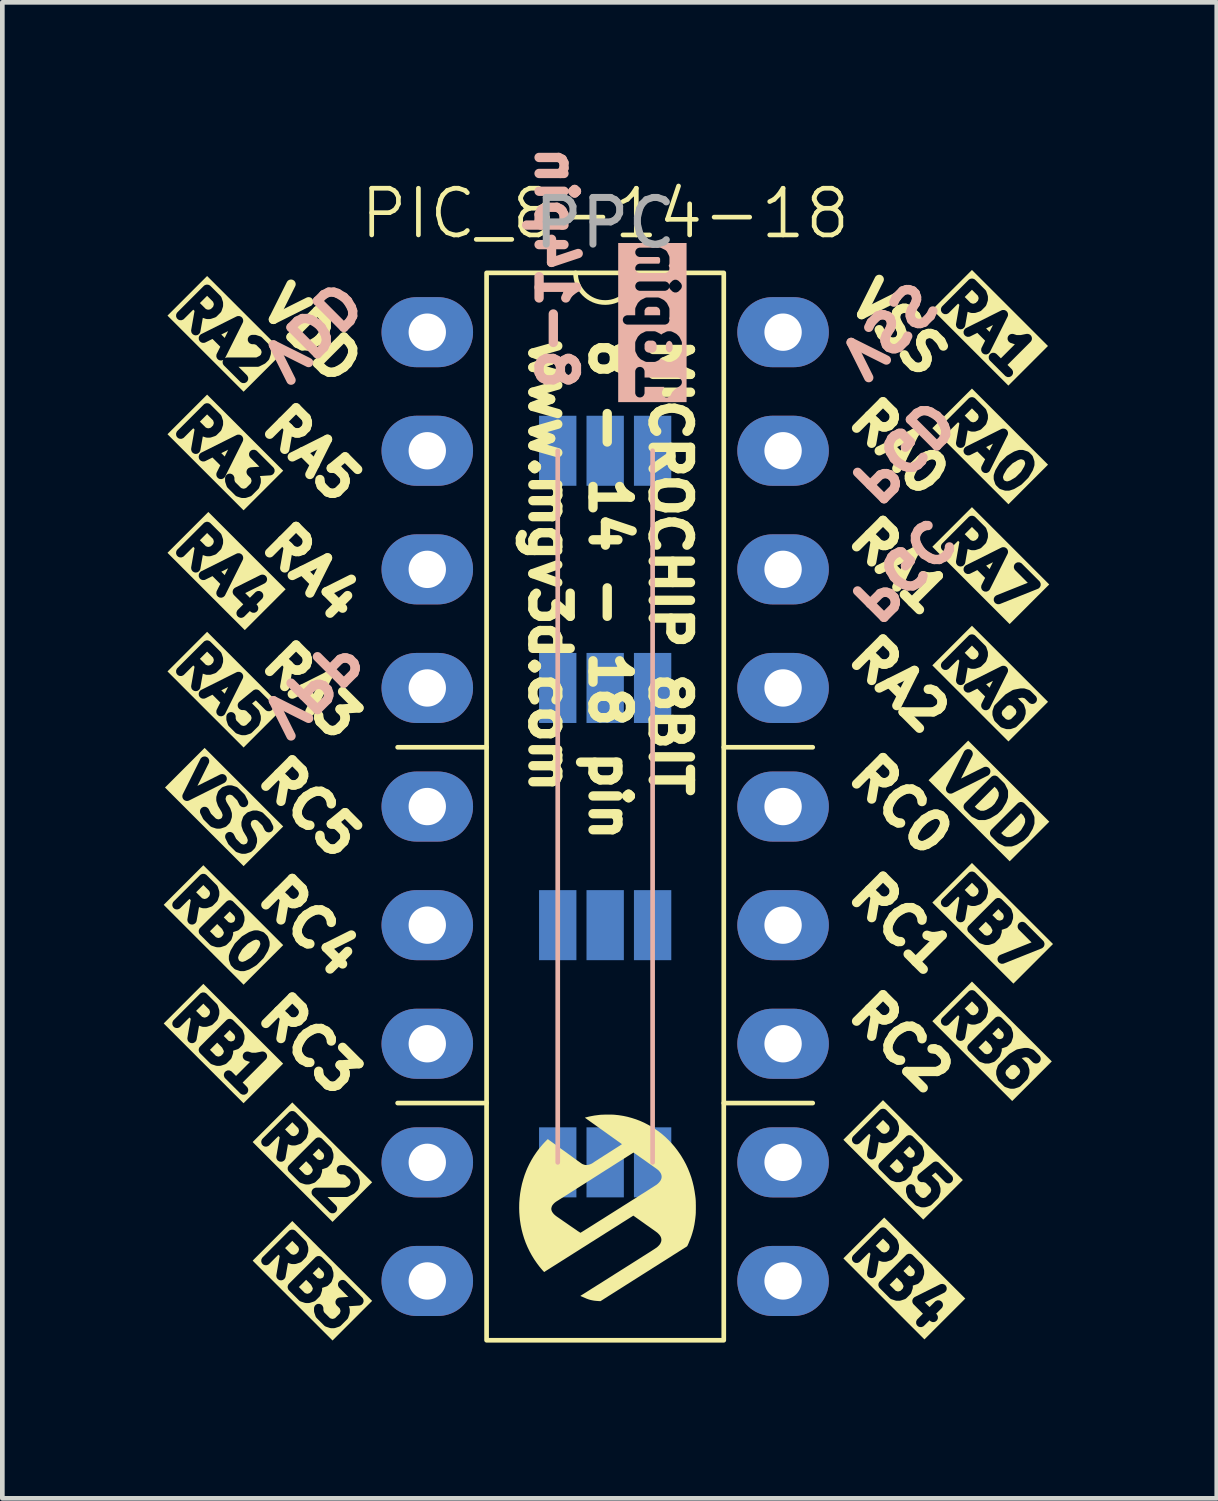
<source format=kicad_pcb>
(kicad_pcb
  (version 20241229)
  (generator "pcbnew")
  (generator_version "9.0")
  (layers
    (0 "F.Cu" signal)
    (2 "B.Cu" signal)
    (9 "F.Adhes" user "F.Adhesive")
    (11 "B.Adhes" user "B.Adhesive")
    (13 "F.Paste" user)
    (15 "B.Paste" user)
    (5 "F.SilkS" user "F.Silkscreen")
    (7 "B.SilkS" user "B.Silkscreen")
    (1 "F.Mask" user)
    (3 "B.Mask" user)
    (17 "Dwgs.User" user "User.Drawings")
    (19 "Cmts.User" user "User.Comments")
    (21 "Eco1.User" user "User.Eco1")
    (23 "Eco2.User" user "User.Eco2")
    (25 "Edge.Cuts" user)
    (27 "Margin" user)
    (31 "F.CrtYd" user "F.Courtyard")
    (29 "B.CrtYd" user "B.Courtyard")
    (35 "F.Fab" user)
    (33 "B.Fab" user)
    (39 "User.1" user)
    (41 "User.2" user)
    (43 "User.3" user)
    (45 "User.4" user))
  (footprint "PIC_8-14-18"
    (layer "F.Cu")
    (at 9.911 14.224)
    (property "Reference" "PIC_8-14-18" (at 0 -12.7 0) (unlocked yes) (layer "F.SilkS") (effects (font (size 1 1) (thickness 0.1))))
    (attr smd)
    (fp_line (start -2.54 -1.27) (end -4.445 -1.27) (stroke (width 0.1) (type default)) (layer "F.SilkS"))
    (fp_line (start -2.54 6.35) (end -4.445 6.35) (stroke (width 0.1) (type default)) (layer "F.SilkS"))
    (fp_line (start 2.54 -1.27) (end 4.445 -1.27) (stroke (width 0.1) (type default)) (layer "F.SilkS"))
    (fp_line (start 2.54 6.35) (end 4.445 6.35) (stroke (width 0.1) (type default)) (layer "F.SilkS"))
    (fp_rect (start -2.54 -11.43) (end 2.54 11.43) (stroke (width 0.1) (type default)) (fill no) (layer "F.SilkS"))
    (fp_arc (start 0.635 -11.43) (mid 0 -10.795) (end -0.635 -11.43) (stroke (width 0.1) (type default)) (layer "F.SilkS"))
    (fp_poly (pts (xy 1.942 8.636) (xy 1.941 8.66) (xy 1.941 8.68) (xy 1.941 8.699) (xy 1.94 8.716) (xy 1.939 8.732) (xy 1.938 8.749) (xy 1.936 8.766) (xy 1.934 8.784) (xy 1.932 8.805) (xy 1.931 8.813) (xy 1.927 8.846) (xy 1.922 8.882) (xy 1.916 8.92) (xy 1.91 8.958) (xy 1.902 8.994) (xy 1.895 9.029) (xy 1.888 9.059) (xy 1.887 9.062) (xy 1.883 9.076) (xy 1.878 9.094) (xy 1.872 9.115) (xy 1.866 9.137) (xy 1.859 9.158) (xy 1.853 9.179) (xy 1.847 9.196) (xy 1.844 9.204) (xy 1.839 9.22) (xy 1.832 9.238) (xy 1.825 9.258) (xy 1.816 9.278) (xy 1.808 9.299) (xy 1.799 9.32) (xy 1.791 9.341) (xy 1.783 9.36) (xy 1.775 9.377) (xy 1.768 9.392) (xy 1.763 9.404) (xy 1.758 9.412) (xy 1.755 9.417) (xy 1.755 9.417) (xy 1.752 9.419) (xy 1.746 9.424) (xy 1.736 9.43) (xy 1.724 9.438) (xy 1.709 9.447) (xy 1.693 9.457) (xy 1.689 9.46) (xy 1.678 9.467) (xy 1.666 9.475) (xy 1.653 9.482) (xy 1.64 9.491) (xy 1.625 9.5) (xy 1.61 9.51) (xy 1.592 9.521) (xy 1.573 9.533) (xy 1.552 9.547) (xy 1.528 9.562) (xy 1.502 9.578) (xy 1.473 9.596) (xy 1.442 9.616) (xy 1.407 9.639) (xy 1.368 9.663) (xy 1.326 9.69) (xy 1.28 9.719) (xy 1.251 9.737) (xy 1.223 9.755) (xy 1.194 9.773) (xy 1.166 9.791) (xy 1.14 9.808) (xy 1.114 9.824) (xy 1.091 9.839) (xy 1.07 9.852) (xy 1.051 9.863) (xy 1.037 9.873) (xy 1.025 9.88) (xy 1.023 9.881) (xy 1.009 9.89) (xy 0.992 9.901) (xy 0.972 9.914) (xy 0.95 9.928) (xy 0.928 9.942) (xy 0.905 9.956) (xy 0.883 9.97) (xy 0.883 9.97) (xy 0.839 9.998) (xy 0.799 10.023) (xy 0.763 10.046) (xy 0.73 10.067) (xy 0.7 10.086) (xy 0.673 10.103) (xy 0.648 10.119) (xy 0.625 10.134) (xy 0.603 10.147) (xy 0.583 10.16) (xy 0.564 10.172) (xy 0.546 10.184) (xy 0.528 10.195) (xy 0.509 10.207) (xy 0.491 10.219) (xy 0.476 10.228) (xy 0.453 10.242) (xy 0.43 10.257) (xy 0.408 10.271) (xy 0.386 10.285) (xy 0.367 10.297) (xy 0.349 10.308) (xy 0.335 10.317) (xy 0.325 10.324) (xy 0.309 10.334) (xy 0.291 10.345) (xy 0.273 10.356) (xy 0.258 10.366) (xy 0.249 10.372) (xy 0.233 10.382) (xy 0.215 10.393) (xy 0.195 10.406) (xy 0.172 10.42) (xy 0.149 10.435) (xy 0.125 10.45) (xy 0.1 10.466) (xy 0.075 10.481) (xy 0.051 10.497) (xy 0.028 10.512) (xy 0.005 10.526) (xy -0.016 10.539) (xy -0.034 10.551) (xy -0.05 10.561) (xy -0.064 10.57) (xy -0.074 10.576) (xy -0.08 10.58) (xy -0.081 10.581) (xy -0.099 10.593) (xy -0.138 10.591) (xy -0.19 10.587) (xy -0.238 10.582) (xy -0.282 10.574) (xy -0.322 10.565) (xy -0.331 10.562) (xy -0.346 10.558) (xy -0.36 10.553) (xy -0.376 10.547) (xy -0.394 10.541) (xy -0.414 10.532) (xy -0.437 10.522) (xy -0.464 10.511) (xy -0.464 10.51) (xy -0.481 10.503) (xy -0.496 10.497) (xy -0.509 10.491) (xy -0.52 10.486) (xy -0.527 10.484) (xy -0.531 10.482) (xy -0.53 10.481) (xy -0.526 10.477) (xy -0.518 10.471) (xy -0.507 10.464) (xy -0.5 10.46) (xy -0.492 10.455) (xy -0.483 10.449) (xy -0.471 10.442) (xy -0.457 10.433) (xy -0.441 10.423) (xy -0.422 10.411) (xy -0.401 10.398) (xy -0.378 10.383) (xy -0.351 10.366) (xy -0.322 10.348) (xy -0.29 10.327) (xy -0.254 10.305) (xy -0.216 10.281) (xy -0.174 10.254) (xy -0.128 10.226) (xy -0.079 10.195) (xy -0.026 10.161) (xy 0.03 10.126) (xy 0.091 10.087) (xy 0.155 10.047) (xy 0.198 10.019) (xy 0.273 9.972) (xy 0.344 9.927) (xy 0.411 9.885) (xy 0.474 9.845) (xy 0.533 9.808) (xy 0.588 9.773) (xy 0.64 9.74) (xy 0.688 9.71) (xy 0.733 9.681) (xy 0.775 9.655) (xy 0.813 9.63) (xy 0.849 9.608) (xy 0.882 9.587) (xy 0.912 9.568) (xy 0.939 9.551) (xy 0.964 9.535) (xy 0.986 9.521) (xy 1.006 9.508) (xy 1.024 9.496) (xy 1.04 9.486) (xy 1.054 9.477) (xy 1.066 9.469) (xy 1.076 9.462) (xy 1.085 9.456) (xy 1.092 9.452) (xy 1.098 9.447) (xy 1.103 9.444) (xy 1.106 9.442) (xy 1.107 9.441) (xy 1.122 9.428) (xy 1.136 9.415) (xy 1.15 9.4) (xy 1.162 9.387) (xy 1.168 9.379) (xy 1.179 9.363) (xy 1.188 9.344) (xy 1.196 9.325) (xy 1.201 9.308) (xy 1.201 9.308) (xy 1.204 9.282) (xy 1.202 9.257) (xy 1.196 9.231) (xy 1.184 9.205) (xy 1.168 9.18) (xy 1.147 9.156) (xy 1.123 9.133) (xy 1.117 9.127) (xy 1.106 9.119) (xy 1.093 9.109) (xy 1.078 9.098) (xy 1.061 9.086) (xy 1.044 9.073) (xy 1.036 9.068) (xy 0.998 9.041) (xy 0.96 9.014) (xy 0.919 8.985) (xy 0.877 8.956) (xy 0.833 8.924) (xy 0.786 8.891) (xy 0.736 8.855) (xy 0.682 8.817) (xy 0.603 8.761) (xy 0.423 8.875) (xy 0.392 8.894) (xy 0.36 8.914) (xy 0.328 8.935) (xy 0.295 8.956) (xy 0.264 8.976) (xy 0.233 8.995) (xy 0.204 9.013) (xy 0.178 9.03) (xy 0.155 9.044) (xy 0.136 9.056) (xy 0.113 9.071) (xy 0.086 9.088) (xy 0.056 9.107) (xy 0.025 9.126) (xy -0.006 9.146) (xy -0.037 9.166) (xy -0.067 9.185) (xy -0.095 9.202) (xy -0.096 9.203) (xy -0.124 9.221) (xy -0.155 9.241) (xy -0.188 9.261) (xy -0.222 9.283) (xy -0.255 9.304) (xy -0.288 9.324) (xy -0.318 9.343) (xy -0.343 9.359) (xy -0.367 9.375) (xy -0.395 9.392) (xy -0.426 9.412) (xy -0.458 9.432) (xy -0.492 9.453) (xy -0.525 9.474) (xy -0.558 9.495) (xy -0.589 9.515) (xy -0.612 9.529) (xy -0.64 9.547) (xy -0.669 9.565) (xy -0.698 9.584) (xy -0.727 9.602) (xy -0.755 9.62) (xy -0.782 9.637) (xy -0.806 9.652) (xy -0.827 9.665) (xy -0.845 9.677) (xy -0.846 9.677) (xy -0.869 9.692) (xy -0.894 9.708) (xy -0.922 9.725) (xy -0.95 9.743) (xy -0.978 9.761) (xy -1.004 9.777) (xy -1.022 9.789) (xy -1.046 9.804) (xy -1.073 9.821) (xy -1.102 9.839) (xy -1.132 9.858) (xy -1.161 9.876) (xy -1.187 9.893) (xy -1.205 9.904) (xy -1.225 9.917) (xy -1.243 9.928) (xy -1.26 9.939) (xy -1.274 9.948) (xy -1.286 9.956) (xy -1.295 9.962) (xy -1.3 9.965) (xy -1.301 9.966) (xy -1.305 9.969) (xy -1.307 9.969) (xy -1.309 9.968) (xy -1.314 9.962) (xy -1.321 9.954) (xy -1.33 9.944) (xy -1.341 9.933) (xy -1.352 9.92) (xy -1.364 9.906) (xy -1.375 9.893) (xy -1.386 9.88) (xy -1.395 9.868) (xy -1.402 9.861) (xy -1.463 9.78) (xy -1.52 9.697) (xy -1.572 9.612) (xy -1.62 9.524) (xy -1.663 9.435) (xy -1.702 9.343) (xy -1.736 9.249) (xy -1.765 9.154) (xy -1.79 9.057) (xy -1.81 8.958) (xy -1.825 8.858) (xy -1.826 8.853) (xy -1.834 8.771) (xy -1.84 8.687) (xy -1.842 8.603) (xy -1.841 8.52) (xy -1.84 8.481) (xy -1.832 8.38) (xy -1.82 8.28) (xy -1.803 8.181) (xy -1.782 8.083) (xy -1.755 7.986) (xy -1.725 7.891) (xy -1.69 7.799) (xy -1.667 7.744) (xy -1.625 7.656) (xy -1.579 7.57) (xy -1.529 7.487) (xy -1.474 7.406) (xy -1.446 7.367) (xy -1.411 7.321) (xy -1.373 7.276) (xy -1.335 7.231) (xy -1.296 7.189) (xy -1.258 7.15) (xy -1.245 7.138) (xy -1.228 7.122) (xy -1.209 7.137) (xy -1.2 7.143) (xy -1.188 7.152) (xy -1.174 7.162) (xy -1.16 7.172) (xy -1.152 7.178) (xy -1.139 7.188) (xy -1.123 7.199) (xy -1.105 7.212) (xy -1.087 7.225) (xy -1.069 7.238) (xy -1.065 7.241) (xy -1.023 7.272) (xy -0.984 7.3) (xy -0.95 7.325) (xy -0.919 7.347) (xy -0.891 7.367) (xy -0.866 7.385) (xy -0.844 7.401) (xy -0.824 7.415) (xy -0.807 7.428) (xy -0.792 7.439) (xy -0.779 7.448) (xy -0.768 7.456) (xy -0.759 7.463) (xy -0.75 7.469) (xy -0.743 7.474) (xy -0.737 7.478) (xy -0.724 7.488) (xy -0.708 7.5) (xy -0.69 7.513) (xy -0.672 7.526) (xy -0.655 7.538) (xy -0.651 7.541) (xy -0.621 7.563) (xy -0.595 7.582) (xy -0.572 7.598) (xy -0.552 7.612) (xy -0.536 7.624) (xy -0.523 7.633) (xy -0.512 7.641) (xy -0.503 7.647) (xy -0.497 7.651) (xy -0.493 7.654) (xy -0.492 7.654) (xy -0.479 7.66) (xy -0.462 7.666) (xy -0.445 7.672) (xy -0.427 7.675) (xy -0.424 7.676) (xy -0.399 7.678) (xy -0.373 7.675) (xy -0.345 7.669) (xy -0.317 7.66) (xy -0.289 7.647) (xy -0.263 7.632) (xy -0.252 7.624) (xy -0.249 7.622) (xy -0.245 7.619) (xy -0.239 7.615) (xy -0.232 7.61) (xy -0.223 7.604) (xy -0.212 7.597) (xy -0.199 7.589) (xy -0.184 7.579) (xy -0.166 7.568) (xy -0.146 7.555) (xy -0.124 7.54) (xy -0.098 7.524) (xy -0.069 7.506) (xy -0.038 7.485) (xy -0.003 7.463) (xy 0.036 7.439) (xy 0.077 7.412) (xy 0.123 7.383) (xy 0.173 7.351) (xy 0.226 7.317) (xy 0.258 7.297) (xy 0.278 7.284) (xy 0.297 7.272) (xy 0.315 7.261) (xy 0.329 7.251) (xy 0.342 7.243) (xy 0.351 7.237) (xy 0.357 7.232) (xy 0.359 7.231) (xy 0.359 7.231) (xy 0.356 7.229) (xy 0.351 7.224) (xy 0.342 7.218) (xy 0.331 7.21) (xy 0.318 7.201) (xy 0.314 7.198) (xy 0.298 7.186) (xy 0.279 7.173) (xy 0.259 7.159) (xy 0.24 7.145) (xy 0.223 7.132) (xy 0.222 7.132) (xy 0.214 7.126) (xy 0.202 7.118) (xy 0.187 7.107) (xy 0.168 7.094) (xy 0.148 7.079) (xy 0.125 7.063) (xy 0.1 7.045) (xy 0.073 7.026) (xy 0.044 7.005) (xy 0.015 6.984) (xy -0.016 6.962) (xy -0.047 6.94) (xy -0.079 6.917) (xy -0.111 6.894) (xy -0.143 6.871) (xy -0.175 6.849) (xy -0.206 6.827) (xy -0.236 6.805) (xy -0.265 6.785) (xy -0.293 6.765) (xy -0.318 6.747) (xy -0.342 6.73) (xy -0.364 6.714) (xy -0.383 6.701) (xy -0.399 6.689) (xy -0.412 6.68) (xy -0.422 6.673) (xy -0.428 6.668) (xy -0.431 6.667) (xy -0.433 6.665) (xy -0.433 6.663) (xy -0.431 6.662) (xy -0.426 6.66) (xy -0.417 6.658) (xy -0.407 6.655) (xy -0.347 6.64) (xy -0.288 6.628) (xy -0.228 6.617) (xy -0.166 6.609) (xy -0.11 6.602) (xy -0.092 6.601) (xy -0.07 6.6) (xy -0.045 6.599) (xy -0.017 6.598) (xy 0.012 6.597) (xy 0.043 6.597) (xy 0.073 6.597) (xy 0.103 6.597) (xy 0.131 6.597) (xy 0.156 6.598) (xy 0.178 6.599) (xy 0.196 6.6) (xy 0.292 6.61) (xy 0.387 6.625) (xy 0.48 6.645) (xy 0.571 6.67) (xy 0.605 6.681) (xy 0.605 7.412) (xy 0.604 7.412) (xy 0.601 7.414) (xy 0.593 7.419) (xy 0.583 7.425) (xy 0.571 7.433) (xy 0.556 7.442) (xy 0.542 7.451) (xy 0.525 7.462) (xy 0.505 7.475) (xy 0.482 7.489) (xy 0.457 7.505) (xy 0.431 7.522) (xy 0.403 7.539) (xy 0.374 7.558) (xy 0.345 7.576) (xy 0.315 7.595) (xy 0.285 7.614) (xy 0.256 7.632) (xy 0.228 7.65) (xy 0.202 7.667) (xy 0.176 7.683) (xy 0.153 7.698) (xy 0.133 7.711) (xy 0.115 7.722) (xy 0.1 7.732) (xy 0.089 7.739) (xy 0.082 7.743) (xy 0.074 7.748) (xy 0.062 7.756) (xy 0.046 7.766) (xy 0.028 7.777) (xy 0.007 7.79) (xy -0.016 7.805) (xy -0.041 7.821) (xy -0.067 7.837) (xy -0.093 7.854) (xy -0.119 7.871) (xy -0.149 7.89) (xy -0.181 7.91) (xy -0.214 7.931) (xy -0.247 7.952) (xy -0.28 7.973) (xy -0.311 7.993) (xy -0.341 8.012) (xy -0.368 8.029) (xy -0.392 8.044) (xy -0.4 8.049) (xy -0.426 8.066) (xy -0.456 8.085) (xy -0.488 8.105) (xy -0.521 8.126) (xy -0.554 8.147) (xy -0.586 8.167) (xy -0.616 8.186) (xy -0.639 8.201) (xy -0.664 8.217) (xy -0.691 8.234) (xy -0.718 8.251) (xy -0.745 8.268) (xy -0.77 8.284) (xy -0.794 8.299) (xy -0.815 8.313) (xy -0.833 8.324) (xy -0.836 8.326) (xy -0.856 8.338) (xy -0.877 8.352) (xy -0.898 8.365) (xy -0.918 8.378) (xy -0.936 8.389) (xy -0.951 8.399) (xy -0.956 8.402) (xy -0.971 8.411) (xy -0.986 8.421) (xy -1 8.43) (xy -1.011 8.437) (xy -1.02 8.442) (xy -1.021 8.443) (xy -1.052 8.462) (xy -1.079 8.483) (xy -1.102 8.505) (xy -1.121 8.527) (xy -1.136 8.549) (xy -1.138 8.552) (xy -1.146 8.574) (xy -1.152 8.598) (xy -1.154 8.613) (xy -1.154 8.618) (xy -1.153 8.626) (xy -1.152 8.634) (xy -1.146 8.657) (xy -1.135 8.681) (xy -1.119 8.704) (xy -1.1 8.728) (xy -1.076 8.75) (xy -1.049 8.772) (xy -1.036 8.781) (xy -1.03 8.785) (xy -1.022 8.791) (xy -1.009 8.8) (xy -0.994 8.81) (xy -0.977 8.822) (xy -0.958 8.835) (xy -0.937 8.849) (xy -0.916 8.864) (xy -0.907 8.871) (xy -0.857 8.905) (xy -0.812 8.936) (xy -0.771 8.965) (xy -0.733 8.991) (xy -0.699 9.014) (xy -0.668 9.035) (xy -0.641 9.054) (xy -0.617 9.07) (xy -0.597 9.085) (xy -0.579 9.097) (xy -0.564 9.106) (xy -0.552 9.114) (xy -0.543 9.12) (xy -0.536 9.125) (xy -0.532 9.127) (xy -0.53 9.128) (xy -0.53 9.128) (xy -0.527 9.127) (xy -0.52 9.123) (xy -0.51 9.117) (xy -0.497 9.109) (xy -0.482 9.1) (xy -0.465 9.089) (xy -0.446 9.078) (xy -0.433 9.069) (xy -0.409 9.054) (xy -0.383 9.038) (xy -0.355 9.02) (xy -0.328 9.003) (xy -0.302 8.987) (xy -0.277 8.971) (xy -0.258 8.959) (xy -0.154 8.893) (xy -0.053 8.83) (xy 0.043 8.769) (xy 0.135 8.711) (xy 0.222 8.656) (xy 0.306 8.603) (xy 0.385 8.553) (xy 0.46 8.506) (xy 0.531 8.461) (xy 0.597 8.419) (xy 0.66 8.38) (xy 0.718 8.343) (xy 0.772 8.308) (xy 0.822 8.277) (xy 0.868 8.248) (xy 0.91 8.221) (xy 0.948 8.197) (xy 0.981 8.175) (xy 1.011 8.157) (xy 1.037 8.14) (xy 1.058 8.126) (xy 1.076 8.115) (xy 1.089 8.106) (xy 1.099 8.1) (xy 1.104 8.096) (xy 1.105 8.096) (xy 1.125 8.079) (xy 1.145 8.06) (xy 1.163 8.04) (xy 1.178 8.02) (xy 1.19 8.001) (xy 1.191 7.999) (xy 1.202 7.973) (xy 1.208 7.946) (xy 1.209 7.92) (xy 1.205 7.894) (xy 1.197 7.868) (xy 1.183 7.842) (xy 1.166 7.819) (xy 1.159 7.81) (xy 1.152 7.802) (xy 1.145 7.795) (xy 1.137 7.787) (xy 1.128 7.78) (xy 1.117 7.771) (xy 1.104 7.761) (xy 1.089 7.75) (xy 1.07 7.736) (xy 1.048 7.721) (xy 1.042 7.716) (xy 1.026 7.705) (xy 1.007 7.692) (xy 0.985 7.676) (xy 0.96 7.659) (xy 0.933 7.64) (xy 0.905 7.62) (xy 0.876 7.599) (xy 0.847 7.578) (xy 0.817 7.557) (xy 0.788 7.537) (xy 0.76 7.517) (xy 0.734 7.499) (xy 0.711 7.482) (xy 0.689 7.467) (xy 0.68 7.46) (xy 0.661 7.447) (xy 0.645 7.436) (xy 0.633 7.427) (xy 0.624 7.421) (xy 0.617 7.416) (xy 0.611 7.414) (xy 0.608 7.412) (xy 0.605 7.412) (xy 0.605 6.681) (xy 0.661 6.699) (xy 0.75 6.733) (xy 0.837 6.772) (xy 0.923 6.817) (xy 0.988 6.853) (xy 1.067 6.904) (xy 1.145 6.958) (xy 1.22 7.017) (xy 1.292 7.08) (xy 1.361 7.147) (xy 1.428 7.217) (xy 1.491 7.291) (xy 1.55 7.368) (xy 1.606 7.448) (xy 1.632 7.488) (xy 1.684 7.575) (xy 1.731 7.663) (xy 1.773 7.754) (xy 1.81 7.846) (xy 1.844 7.941) (xy 1.872 8.038) (xy 1.896 8.137) (xy 1.915 8.239) (xy 1.93 8.342) (xy 1.936 8.392) (xy 1.937 8.405) (xy 1.938 8.418) (xy 1.939 8.43) (xy 1.94 8.443) (xy 1.94 8.457) (xy 1.941 8.472) (xy 1.941 8.489) (xy 1.941 8.51) (xy 1.942 8.533) (xy 1.942 8.561) (xy 1.942 8.577) (xy 1.942 8.609)) (stroke (width 0) (type solid)) (fill yes) (layer "F.SilkS"))
    (fp_line (start -1.016 -7.62) (end -1.016 7.62) (stroke (width 0.1) (type default)) (layer "B.SilkS"))
    (fp_line (start 1.016 -7.62) (end 1.016 7.62) (stroke (width 0.1) (type default)) (layer "B.SilkS"))
    (fp_text user "RA1" (at 6.985 -10.795 315) (unlocked yes) (layer "F.SilkS" knockout) (effects (font (size 0.8 0.8) (thickness 0.2) (bold yes)) (justify left bottom)))
    (fp_text user "RA5" (at -7.62 -1.27 315) (unlocked yes) (layer "F.SilkS" knockout) (effects (font (size 0.8 0.8) (thickness 0.2) (bold yes)) (justify right bottom)))
    (fp_text user "RC3" (at -5.715 6.35 315) (unlocked yes) (layer "F.SilkS") (effects (font (size 0.8 0.8) (thickness 0.2) (bold yes)) (justify right bottom)))
    (fp_text user "RB2" (at -5.715 8.89 315) (unlocked yes) (layer "F.SilkS" knockout) (effects (font (size 0.8 0.8) (thickness 0.2) (bold yes)) (justify right bottom)))
    (fp_text user "RC5" (at -5.715 1.27 315) (unlocked yes) (layer "F.SilkS") (effects (font (size 0.8 0.8) (thickness 0.2) (bold yes)) (justify right bottom)))
    (fp_text user "RB4" (at 5.08 9.525 315) (unlocked yes) (layer "F.SilkS" knockout) (effects (font (size 0.8 0.8) (thickness 0.2) (bold yes)) (justify left bottom)))
    (fp_text user "RA3" (at -5.715 -1.27 315) (unlocked yes) (layer "F.SilkS") (effects (font (size 0.8 0.8) (thickness 0.2) (bold yes)) (justify right bottom)))
    (fp_text user "RB6" (at 6.985 4.445 315) (unlocked yes) (layer "F.SilkS" knockout) (effects (font (size 0.8 0.8) (thickness 0.2) (bold yes)) (justify left bottom)))
    (fp_text user "RC4" (at -5.715 3.81 315) (unlocked yes) (layer "F.SilkS") (effects (font (size 0.8 0.8) (thickness 0.2) (bold yes)) (justify right bottom)))
    (fp_text user "RA3" (at -7.62 -6.35 315) (unlocked yes) (layer "F.SilkS" knockout) (effects (font (size 0.8 0.8) (thickness 0.2) (bold yes)) (justify right bottom)))
    (fp_text user "RA5" (at -5.715 -6.35 315) (unlocked yes) (layer "F.SilkS") (effects (font (size 0.8 0.8) (thickness 0.2) (bold yes)) (justify right bottom)))
    (fp_text user "VSS" (at 5.08 -10.795 315) (unlocked yes) (layer "F.SilkS") (effects (font (size 0.8 0.8) (thickness 0.2) (bold yes)) (justify left bottom)))
    (fp_text user "VSS" (at -7.62 1.27 315) (unlocked yes) (layer "F.SilkS" knockout) (effects (font (size 0.8 0.8) (thickness 0.2) (bold yes)) (justify right bottom)))
    (fp_text user "RC2" (at 5.08 4.445 315) (unlocked yes) (layer "F.SilkS") (effects (font (size 0.8 0.8) (thickness 0.2) (bold yes)) (justify left bottom)))
    (fp_text user "RB7" (at 6.985 1.905 315) (unlocked yes) (layer "F.SilkS" knockout) (effects (font (size 0.8 0.8) (thickness 0.2) (bold yes)) (justify left bottom)))
    (fp_text user "RA0" (at 5.08 -8.255 315) (unlocked yes) (layer "F.SilkS") (effects (font (size 0.8 0.8) (thickness 0.2) (bold yes)) (justify left bottom)))
    (fp_text user "RB0" (at -7.62 3.81 315) (unlocked yes) (layer "F.SilkS" knockout) (effects (font (size 0.8 0.8) (thickness 0.2) (bold yes)) (justify right bottom)))
    (fp_text user "RA6" (at 6.985 -3.175 315) (unlocked yes) (layer "F.SilkS" knockout) (effects (font (size 0.8 0.8) (thickness 0.2) (bold yes)) (justify left bottom)))
    (fp_text user "RB5" (at 5.08 6.985 315) (unlocked yes) (layer "F.SilkS" knockout) (effects (font (size 0.8 0.8) (thickness 0.2) (bold yes)) (justify left bottom)))
    (fp_text user "RC1" (at 5.08 1.905 315) (unlocked yes) (layer "F.SilkS") (effects (font (size 0.8 0.8) (thickness 0.2) (bold yes)) (justify left bottom)))
    (fp_text user "RA1" (at 5.08 -5.715 315) (unlocked yes) (layer "F.SilkS") (effects (font (size 0.8 0.8) (thickness 0.2) (bold yes)) (justify left bottom)))
    (fp_text user "RC0" (at 5.08 -0.635 315) (unlocked yes) (layer "F.SilkS") (effects (font (size 0.8 0.8) (thickness 0.2) (bold yes)) (justify left bottom)))
    (fp_text user "VDD" (at 6.985 -0.635 315) (unlocked yes) (layer "F.SilkS" knockout) (effects (font (size 0.8 0.8) (thickness 0.2) (bold yes)) (justify left bottom)))
    (fp_text user "RA4" (at -7.62 -3.81 315) (unlocked yes) (layer "F.SilkS" knockout) (effects (font (size 0.8 0.8) (thickness 0.2) (bold yes)) (justify right bottom)))
    (fp_text user "RA0" (at 6.985 -8.255 315) (unlocked yes) (layer "F.SilkS" knockout) (effects (font (size 0.8 0.8) (thickness 0.2) (bold yes)) (justify left bottom)))
    (fp_text user "VDD" (at -5.715 -8.89 315) (unlocked yes) (layer "F.SilkS") (effects (font (size 0.8 0.8) (thickness 0.2) (bold yes)) (justify right bottom)))
    (fp_text user "RB1" (at -7.62 6.35 315) (unlocked yes) (layer "F.SilkS" knockout) (effects (font (size 0.8 0.8) (thickness 0.2) (bold yes)) (justify right bottom)))
    (fp_text user "RA2" (at -7.62 -8.89 315) (unlocked yes) (layer "F.SilkS" knockout) (effects (font (size 0.8 0.8) (thickness 0.2) (bold yes)) (justify right bottom)))
    (fp_text user "RA2" (at 5.08 -3.175 315) (unlocked yes) (layer "F.SilkS") (effects (font (size 0.8 0.8) (thickness 0.2) (bold yes)) (justify left bottom)))
    (fp_text user "RA7" (at 6.985 -5.715 315) (unlocked yes) (layer "F.SilkS" knockout) (effects (font (size 0.8 0.8) (thickness 0.2) (bold yes)) (justify left bottom)))
    (fp_text user "RA4" (at -5.715 -3.81 315) (unlocked yes) (layer "F.SilkS") (effects (font (size 0.8 0.8) (thickness 0.2) (bold yes)) (justify right bottom)))
    (fp_text user "RB3" (at -5.715 11.43 315) (unlocked yes) (layer "F.SilkS" knockout) (effects (font (size 0.8 0.8) (thickness 0.2) (bold yes)) (justify right bottom)))
    (fp_text user "VDD" (at -5.715 -11.43 225) (unlocked yes) (layer "B.SilkS") (effects (font (size 0.8 0.8) (thickness 0.2) (bold yes)) (justify right bottom mirror)))
    (fp_text user "VPP" (at -5.715 -3.81 225) (unlocked yes) (layer "B.SilkS") (effects (font (size 0.8 0.8) (thickness 0.2) (bold yes)) (justify right bottom mirror)))
    (fp_text user "18pin" (at 0.635 -12.192 270) (unlocked yes) (layer "B.SilkS" knockout) (effects (font (size 0.8 0.8) (thickness 0.2) (bold yes)) (justify right bottom mirror)))
    (fp_text user "PGC" (at 6.985 -6.35 225) (unlocked yes) (layer "B.SilkS") (effects (font (size 0.8 0.8) (thickness 0.2) (bold yes)) (justify right bottom mirror)))
    (fp_text user "VSS" (at 6.604 -11.43 225) (unlocked yes) (layer "B.SilkS") (effects (font (size 0.8 0.8) (thickness 0.2) (bold yes)) (justify right bottom mirror)))
    (fp_text user "PGD" (at 6.985 -8.89 225) (unlocked yes) (layer "B.SilkS") (effects (font (size 0.8 0.8) (thickness 0.2) (bold yes)) (justify right bottom mirror)))
    (fp_text user "8-14pin" (at -1.524 -14.224 270) (unlocked yes) (layer "B.SilkS") (effects (font (size 0.8 0.8) (thickness 0.2) (bold yes)) (justify right bottom mirror)))
    (fp_text user "PPC" (at 0 -12.5 0) (unlocked yes) (layer "F.Fab") (effects (font (size 1 1) (thickness 0.15))))
    (fp_text_box "MICROCHIP 8BIT\n8 - 14 - 18 pin\nwww.mgv3d.com" (start -0.318 -11.113) (end 2.857 4.128) (margins 1.002 1.002 1.002 1.002) (angle 270) (layer "F.SilkS") (effects (font (size 0.8 0.8) (thickness 0.2) (bold yes)) (justify left top)) (border no) (stroke (width 0) (type solid)))
    (pad "1" thru_hole oval (at -3.81 -10.16) (size 1.96 1.5) (drill 0.8) (layers "*.Cu" "*.Paste" "*.Mask"))
    (pad "1" smd rect (at -1.016 -7.62 180) (size 0.8 1.5) (layers "B.Cu" "B.Mask" "B.Paste"))
    (pad "2" thru_hole oval (at -3.81 -7.62) (size 1.96 1.5) (drill 0.8) (layers "*.Cu" "*.Paste" "*.Mask"))
    (pad "3" thru_hole oval (at -3.81 -5.08) (size 1.96 1.5) (drill 0.8) (layers "*.Cu" "*.Paste" "*.Mask"))
    (pad "4" thru_hole oval (at -3.81 -2.54) (size 1.96 1.5) (drill 0.8) (layers "*.Cu" "*.Paste" "*.Mask"))
    (pad "5" thru_hole oval (at -3.81 0) (size 1.96 1.5) (drill 0.8) (layers "*.Cu" "*.Paste" "*.Mask"))
    (pad "5" smd rect (at 1.016 -2.54 180) (size 0.8 1.5) (layers "B.Cu" "B.Mask" "B.Paste"))
    (pad "6" thru_hole oval (at -3.81 2.54) (size 1.96 1.5) (drill 0.8) (layers "*.Cu" "*.Paste" "*.Mask"))
    (pad "7" thru_hole oval (at -3.81 5.08) (size 1.96 1.5) (drill 0.8) (layers "*.Cu" "*.Paste" "*.Mask"))
    (pad "8" thru_hole oval (at -3.81 7.62) (size 1.96 1.5) (drill 0.8) (layers "*.Cu" "*.Paste" "*.Mask"))
    (pad "9" thru_hole oval (at -3.81 10.16) (size 1.96 1.5) (drill 0.8) (layers "*.Cu" "*.Paste" "*.Mask"))
    (pad "10" thru_hole oval (at 3.81 10.16) (size 1.96 1.5) (drill 0.8) (layers "*.Cu" "*.Paste" "*.Mask"))
    (pad "11" thru_hole oval (at 3.81 7.62) (size 1.96 1.5) (drill 0.8) (layers "*.Cu" "*.Paste" "*.Mask"))
    (pad "12" smd rect (at 1.016 7.62 180) (size 0.8 1.5) (layers "B.Cu" "B.Mask" "B.Paste"))
    (pad "12" thru_hole oval (at 3.81 5.08) (size 1.96 1.5) (drill 0.8) (layers "*.Cu" "*.Paste" "*.Mask"))
    (pad "13" smd rect (at 1.016 2.54 180) (size 0.8 1.5) (layers "B.Cu" "B.Mask" "B.Paste"))
    (pad "13" thru_hole oval (at 3.81 2.54) (size 1.96 1.5) (drill 0.8) (layers "*.Cu" "*.Paste" "*.Mask"))
    (pad "14" smd rect (at 1.016 -7.62 180) (size 0.8 1.5) (layers "B.Cu" "B.Mask" "B.Paste"))
    (pad "14" thru_hole oval (at 3.81 0) (size 1.96 1.5) (drill 0.8) (layers "*.Cu" "*.Paste" "*.Mask"))
    (pad "15" thru_hole oval (at 3.81 -2.54) (size 1.96 1.5) (drill 0.8) (layers "*.Cu" "*.Paste" "*.Mask"))
    (pad "16" smd rect (at -1.016 7.62 180) (size 0.8 1.5) (layers "B.Cu" "B.Mask" "B.Paste"))
    (pad "16" thru_hole oval (at 3.81 -5.08) (size 1.96 1.5) (drill 0.8) (layers "*.Cu" "*.Paste" "*.Mask"))
    (pad "17" smd rect (at -1.016 2.54 180) (size 0.8 1.5) (layers "B.Cu" "B.Mask" "B.Paste"))
    (pad "17" thru_hole oval (at 3.81 -7.62) (size 1.96 1.5) (drill 0.8) (layers "*.Cu" "*.Paste" "*.Mask"))
    (pad "18" smd rect (at -1.016 -2.54 180) (size 0.8 1.5) (layers "B.Cu" "B.Mask" "B.Paste"))
    (pad "18" thru_hole oval (at 3.81 -10.16) (size 1.96 1.5) (drill 0.8) (layers "*.Cu" "*.Paste" "*.Mask"))
    (pad "19" smd rect (at 0 -7.62 180) (size 0.8 1.5) (layers "B.Cu" "B.Mask" "B.Paste"))
    (pad "20" smd rect (at 0 -2.54 180) (size 0.8 1.5) (layers "B.Cu" "B.Mask" "B.Paste"))
    (pad "21" smd rect (at 0 2.54 180) (size 0.8 1.5) (layers "B.Cu" "B.Mask" "B.Paste"))
    (pad "22" smd rect (at 0 7.62 180) (size 0.8 1.5) (layers "B.Cu" "B.Mask" "B.Paste")))
  (gr_rect
    (start -3 -3)
    (end 23.009 29.04)
    (stroke (width 0.1) (type default))
    (fill no)
    (layer "Edge.Cuts")))
</source>
